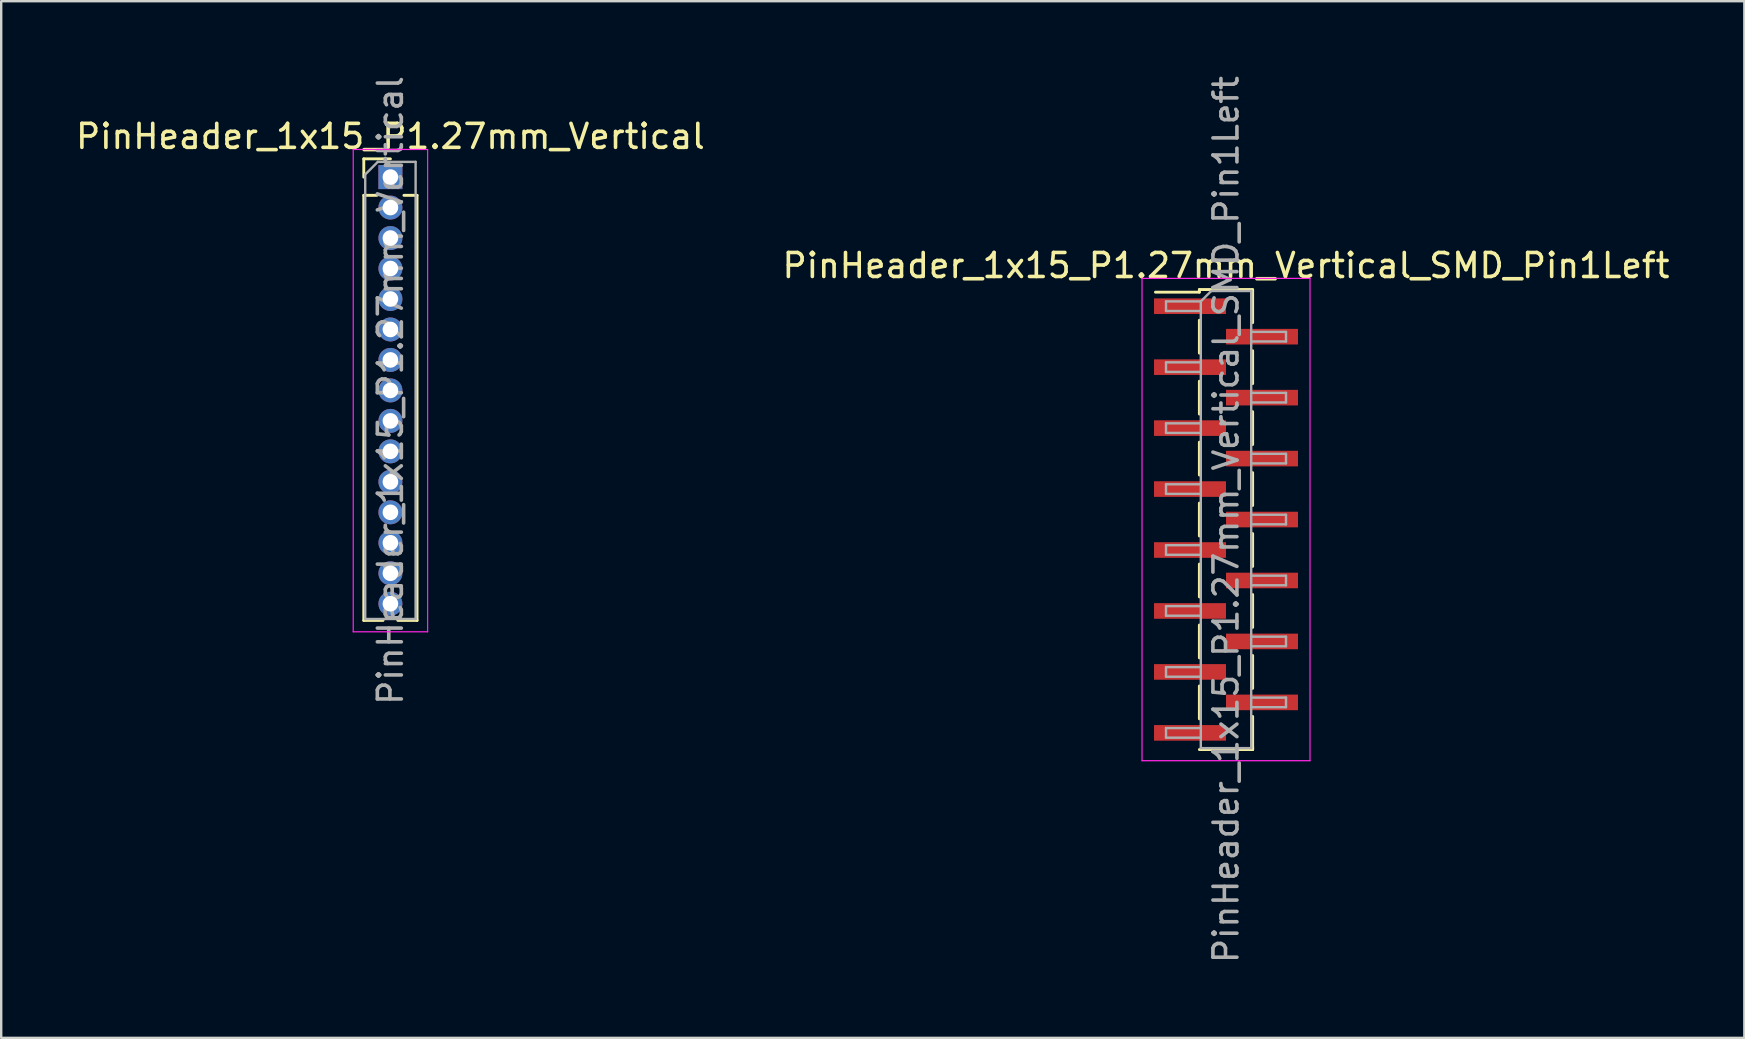
<source format=kicad_pcb>
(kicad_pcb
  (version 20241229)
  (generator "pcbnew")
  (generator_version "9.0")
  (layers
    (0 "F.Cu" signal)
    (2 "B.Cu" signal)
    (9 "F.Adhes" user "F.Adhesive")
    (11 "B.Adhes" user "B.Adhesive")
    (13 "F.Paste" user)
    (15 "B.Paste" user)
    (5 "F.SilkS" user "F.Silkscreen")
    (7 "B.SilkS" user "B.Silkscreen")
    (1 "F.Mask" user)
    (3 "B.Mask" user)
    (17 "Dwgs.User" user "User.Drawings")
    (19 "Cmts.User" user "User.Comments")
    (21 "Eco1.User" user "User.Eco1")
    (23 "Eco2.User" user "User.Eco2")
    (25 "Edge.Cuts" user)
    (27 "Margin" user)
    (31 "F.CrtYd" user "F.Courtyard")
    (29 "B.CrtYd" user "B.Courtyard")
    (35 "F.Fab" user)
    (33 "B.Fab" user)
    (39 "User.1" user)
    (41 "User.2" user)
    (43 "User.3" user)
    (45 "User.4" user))
  (footprint "PinHeader_1x15_P1.27mm_Vertical"
    (layer "F.Cu")
    (at 13.22 4.33)
    (property "Reference" "PinHeader_1x15_P1.27mm_Vertical" (at 0 -1.695 0) (layer "F.SilkS") (effects (font (size 1 1) (thickness 0.15))))
    (attr through_hole)
    (fp_line (start -1.11 -0.76) (end 0 -0.76) (stroke (width 0.12) (type solid)) (layer "F.SilkS"))
    (fp_line (start -1.11 0) (end -1.11 -0.76) (stroke (width 0.12) (type solid)) (layer "F.SilkS"))
    (fp_line (start -1.11 0.76) (end -1.11 18.475) (stroke (width 0.12) (type solid)) (layer "F.SilkS"))
    (fp_line (start -1.11 0.76) (end -0.563 0.76) (stroke (width 0.12) (type solid)) (layer "F.SilkS"))
    (fp_line (start -1.11 18.475) (end -0.308 18.475) (stroke (width 0.12) (type solid)) (layer "F.SilkS"))
    (fp_line (start 0.308 18.475) (end 1.11 18.475) (stroke (width 0.12) (type solid)) (layer "F.SilkS"))
    (fp_line (start 0.563 0.76) (end 1.11 0.76) (stroke (width 0.12) (type solid)) (layer "F.SilkS"))
    (fp_line (start 1.11 0.76) (end 1.11 18.475) (stroke (width 0.12) (type solid)) (layer "F.SilkS"))
    (fp_line (start -1.55 -1.15) (end -1.55 18.95) (stroke (width 0.05) (type solid)) (layer "F.CrtYd"))
    (fp_line (start -1.55 18.95) (end 1.55 18.95) (stroke (width 0.05) (type solid)) (layer "F.CrtYd"))
    (fp_line (start 1.55 -1.15) (end -1.55 -1.15) (stroke (width 0.05) (type solid)) (layer "F.CrtYd"))
    (fp_line (start 1.55 18.95) (end 1.55 -1.15) (stroke (width 0.05) (type solid)) (layer "F.CrtYd"))
    (fp_line (start -1.05 -0.11) (end -0.525 -0.635) (stroke (width 0.1) (type solid)) (layer "F.Fab"))
    (fp_line (start -1.05 18.415) (end -1.05 -0.11) (stroke (width 0.1) (type solid)) (layer "F.Fab"))
    (fp_line (start -0.525 -0.635) (end 1.05 -0.635) (stroke (width 0.1) (type solid)) (layer "F.Fab"))
    (fp_line (start 1.05 -0.635) (end 1.05 18.415) (stroke (width 0.1) (type solid)) (layer "F.Fab"))
    (fp_line (start 1.05 18.415) (end -1.05 18.415) (stroke (width 0.1) (type solid)) (layer "F.Fab"))
    (fp_text user "${REFERENCE}" (at 0 8.89 90) (layer "F.Fab") (effects (font (size 1 1) (thickness 0.15))))
    (pad "1" thru_hole rect (at 0 0) (size 1 1) (drill 0.65) (layers "*.Cu" "*.Mask"))
    (pad "2" thru_hole oval (at 0 1.27) (size 1 1) (drill 0.65) (layers "*.Cu" "*.Mask"))
    (pad "3" thru_hole oval (at 0 2.54) (size 1 1) (drill 0.65) (layers "*.Cu" "*.Mask"))
    (pad "4" thru_hole oval (at 0 3.81) (size 1 1) (drill 0.65) (layers "*.Cu" "*.Mask"))
    (pad "5" thru_hole oval (at 0 5.08) (size 1 1) (drill 0.65) (layers "*.Cu" "*.Mask"))
    (pad "6" thru_hole oval (at 0 6.35) (size 1 1) (drill 0.65) (layers "*.Cu" "*.Mask"))
    (pad "7" thru_hole oval (at 0 7.62) (size 1 1) (drill 0.65) (layers "*.Cu" "*.Mask"))
    (pad "8" thru_hole oval (at 0 8.89) (size 1 1) (drill 0.65) (layers "*.Cu" "*.Mask"))
    (pad "9" thru_hole oval (at 0 10.16) (size 1 1) (drill 0.65) (layers "*.Cu" "*.Mask"))
    (pad "10" thru_hole oval (at 0 11.43) (size 1 1) (drill 0.65) (layers "*.Cu" "*.Mask"))
    (pad "11" thru_hole oval (at 0 12.7) (size 1 1) (drill 0.65) (layers "*.Cu" "*.Mask"))
    (pad "12" thru_hole oval (at 0 13.97) (size 1 1) (drill 0.65) (layers "*.Cu" "*.Mask"))
    (pad "13" thru_hole oval (at 0 15.24) (size 1 1) (drill 0.65) (layers "*.Cu" "*.Mask"))
    (pad "14" thru_hole oval (at 0 16.51) (size 1 1) (drill 0.65) (layers "*.Cu" "*.Mask"))
    (pad "15" thru_hole oval (at 0 17.78) (size 1 1) (drill 0.65) (layers "*.Cu" "*.Mask")))
  (footprint "PinHeader_1x15_P1.27mm_Vertical_SMD_Pin1Left"
    (layer "F.Cu")
    (at 48.042 18.601)
    (property "Reference" "PinHeader_1x15_P1.27mm_Vertical_SMD_Pin1Left" (at 0 -10.585 0) (layer "F.SilkS") (effects (font (size 1 1) (thickness 0.15))))
    (attr smd)
    (fp_line (start -1.11 -9.585) (end -1.11 -9.475) (stroke (width 0.12) (type solid)) (layer "F.SilkS"))
    (fp_line (start -1.11 -9.585) (end 1.11 -9.585) (stroke (width 0.12) (type solid)) (layer "F.SilkS"))
    (fp_line (start -1.11 -9.475) (end -2.94 -9.475) (stroke (width 0.12) (type solid)) (layer "F.SilkS"))
    (fp_line (start -1.11 -8.305) (end -1.11 -6.935) (stroke (width 0.12) (type solid)) (layer "F.SilkS"))
    (fp_line (start -1.11 -5.765) (end -1.11 -4.395) (stroke (width 0.12) (type solid)) (layer "F.SilkS"))
    (fp_line (start -1.11 -3.225) (end -1.11 -1.855) (stroke (width 0.12) (type solid)) (layer "F.SilkS"))
    (fp_line (start -1.11 -0.685) (end -1.11 0.685) (stroke (width 0.12) (type solid)) (layer "F.SilkS"))
    (fp_line (start -1.11 1.855) (end -1.11 3.225) (stroke (width 0.12) (type solid)) (layer "F.SilkS"))
    (fp_line (start -1.11 4.395) (end -1.11 5.765) (stroke (width 0.12) (type solid)) (layer "F.SilkS"))
    (fp_line (start -1.11 6.935) (end -1.11 8.305) (stroke (width 0.12) (type solid)) (layer "F.SilkS"))
    (fp_line (start -1.11 9.585) (end 1.11 9.585) (stroke (width 0.12) (type solid)) (layer "F.SilkS"))
    (fp_line (start 1.11 -9.575) (end 1.11 -8.205) (stroke (width 0.12) (type solid)) (layer "F.SilkS"))
    (fp_line (start 1.11 -7.035) (end 1.11 -5.665) (stroke (width 0.12) (type solid)) (layer "F.SilkS"))
    (fp_line (start 1.11 -4.495) (end 1.11 -3.125) (stroke (width 0.12) (type solid)) (layer "F.SilkS"))
    (fp_line (start 1.11 -1.955) (end 1.11 -0.585) (stroke (width 0.12) (type solid)) (layer "F.SilkS"))
    (fp_line (start 1.11 0.585) (end 1.11 1.955) (stroke (width 0.12) (type solid)) (layer "F.SilkS"))
    (fp_line (start 1.11 3.125) (end 1.11 4.495) (stroke (width 0.12) (type solid)) (layer "F.SilkS"))
    (fp_line (start 1.11 5.665) (end 1.11 7.035) (stroke (width 0.12) (type solid)) (layer "F.SilkS"))
    (fp_line (start 1.11 8.205) (end 1.11 9.575) (stroke (width 0.12) (type solid)) (layer "F.SilkS"))
    (fp_line (start 1.11 9.475) (end 1.11 9.585) (stroke (width 0.12) (type solid)) (layer "F.SilkS"))
    (fp_line (start -3.5 -10.05) (end -3.5 10.05) (stroke (width 0.05) (type solid)) (layer "F.CrtYd"))
    (fp_line (start -3.5 10.05) (end 3.5 10.05) (stroke (width 0.05) (type solid)) (layer "F.CrtYd"))
    (fp_line (start 3.5 -10.05) (end -3.5 -10.05) (stroke (width 0.05) (type solid)) (layer "F.CrtYd"))
    (fp_line (start 3.5 10.05) (end 3.5 -10.05) (stroke (width 0.05) (type solid)) (layer "F.CrtYd"))
    (fp_line (start -2.5 -9.09) (end -2.5 -8.69) (stroke (width 0.1) (type solid)) (layer "F.Fab"))
    (fp_line (start -2.5 -8.69) (end -1.05 -8.69) (stroke (width 0.1) (type solid)) (layer "F.Fab"))
    (fp_line (start -2.5 -6.55) (end -2.5 -6.15) (stroke (width 0.1) (type solid)) (layer "F.Fab"))
    (fp_line (start -2.5 -6.15) (end -1.05 -6.15) (stroke (width 0.1) (type solid)) (layer "F.Fab"))
    (fp_line (start -2.5 -4.01) (end -2.5 -3.61) (stroke (width 0.1) (type solid)) (layer "F.Fab"))
    (fp_line (start -2.5 -3.61) (end -1.05 -3.61) (stroke (width 0.1) (type solid)) (layer "F.Fab"))
    (fp_line (start -2.5 -1.47) (end -2.5 -1.07) (stroke (width 0.1) (type solid)) (layer "F.Fab"))
    (fp_line (start -2.5 -1.07) (end -1.05 -1.07) (stroke (width 0.1) (type solid)) (layer "F.Fab"))
    (fp_line (start -2.5 1.07) (end -2.5 1.47) (stroke (width 0.1) (type solid)) (layer "F.Fab"))
    (fp_line (start -2.5 1.47) (end -1.05 1.47) (stroke (width 0.1) (type solid)) (layer "F.Fab"))
    (fp_line (start -2.5 3.61) (end -2.5 4.01) (stroke (width 0.1) (type solid)) (layer "F.Fab"))
    (fp_line (start -2.5 4.01) (end -1.05 4.01) (stroke (width 0.1) (type solid)) (layer "F.Fab"))
    (fp_line (start -2.5 6.15) (end -2.5 6.55) (stroke (width 0.1) (type solid)) (layer "F.Fab"))
    (fp_line (start -2.5 6.55) (end -1.05 6.55) (stroke (width 0.1) (type solid)) (layer "F.Fab"))
    (fp_line (start -2.5 8.69) (end -2.5 9.09) (stroke (width 0.1) (type solid)) (layer "F.Fab"))
    (fp_line (start -2.5 9.09) (end -1.05 9.09) (stroke (width 0.1) (type solid)) (layer "F.Fab"))
    (fp_line (start -1.05 -9.09) (end -2.5 -9.09) (stroke (width 0.1) (type solid)) (layer "F.Fab"))
    (fp_line (start -1.05 -9.09) (end -0.615 -9.525) (stroke (width 0.1) (type solid)) (layer "F.Fab"))
    (fp_line (start -1.05 -6.55) (end -2.5 -6.55) (stroke (width 0.1) (type solid)) (layer "F.Fab"))
    (fp_line (start -1.05 -4.01) (end -2.5 -4.01) (stroke (width 0.1) (type solid)) (layer "F.Fab"))
    (fp_line (start -1.05 -1.47) (end -2.5 -1.47) (stroke (width 0.1) (type solid)) (layer "F.Fab"))
    (fp_line (start -1.05 1.07) (end -2.5 1.07) (stroke (width 0.1) (type solid)) (layer "F.Fab"))
    (fp_line (start -1.05 3.61) (end -2.5 3.61) (stroke (width 0.1) (type solid)) (layer "F.Fab"))
    (fp_line (start -1.05 6.15) (end -2.5 6.15) (stroke (width 0.1) (type solid)) (layer "F.Fab"))
    (fp_line (start -1.05 8.69) (end -2.5 8.69) (stroke (width 0.1) (type solid)) (layer "F.Fab"))
    (fp_line (start -1.05 9.525) (end -1.05 -9.09) (stroke (width 0.1) (type solid)) (layer "F.Fab"))
    (fp_line (start -0.615 -9.525) (end 1.05 -9.525) (stroke (width 0.1) (type solid)) (layer "F.Fab"))
    (fp_line (start 1.05 -9.525) (end 1.05 9.525) (stroke (width 0.1) (type solid)) (layer "F.Fab"))
    (fp_line (start 1.05 -7.82) (end 2.5 -7.82) (stroke (width 0.1) (type solid)) (layer "F.Fab"))
    (fp_line (start 1.05 -5.28) (end 2.5 -5.28) (stroke (width 0.1) (type solid)) (layer "F.Fab"))
    (fp_line (start 1.05 -2.74) (end 2.5 -2.74) (stroke (width 0.1) (type solid)) (layer "F.Fab"))
    (fp_line (start 1.05 -0.2) (end 2.5 -0.2) (stroke (width 0.1) (type solid)) (layer "F.Fab"))
    (fp_line (start 1.05 2.34) (end 2.5 2.34) (stroke (width 0.1) (type solid)) (layer "F.Fab"))
    (fp_line (start 1.05 4.88) (end 2.5 4.88) (stroke (width 0.1) (type solid)) (layer "F.Fab"))
    (fp_line (start 1.05 7.42) (end 2.5 7.42) (stroke (width 0.1) (type solid)) (layer "F.Fab"))
    (fp_line (start 1.05 9.525) (end -1.05 9.525) (stroke (width 0.1) (type solid)) (layer "F.Fab"))
    (fp_line (start 2.5 -7.82) (end 2.5 -7.42) (stroke (width 0.1) (type solid)) (layer "F.Fab"))
    (fp_line (start 2.5 -7.42) (end 1.05 -7.42) (stroke (width 0.1) (type solid)) (layer "F.Fab"))
    (fp_line (start 2.5 -5.28) (end 2.5 -4.88) (stroke (width 0.1) (type solid)) (layer "F.Fab"))
    (fp_line (start 2.5 -4.88) (end 1.05 -4.88) (stroke (width 0.1) (type solid)) (layer "F.Fab"))
    (fp_line (start 2.5 -2.74) (end 2.5 -2.34) (stroke (width 0.1) (type solid)) (layer "F.Fab"))
    (fp_line (start 2.5 -2.34) (end 1.05 -2.34) (stroke (width 0.1) (type solid)) (layer "F.Fab"))
    (fp_line (start 2.5 -0.2) (end 2.5 0.2) (stroke (width 0.1) (type solid)) (layer "F.Fab"))
    (fp_line (start 2.5 0.2) (end 1.05 0.2) (stroke (width 0.1) (type solid)) (layer "F.Fab"))
    (fp_line (start 2.5 2.34) (end 2.5 2.74) (stroke (width 0.1) (type solid)) (layer "F.Fab"))
    (fp_line (start 2.5 2.74) (end 1.05 2.74) (stroke (width 0.1) (type solid)) (layer "F.Fab"))
    (fp_line (start 2.5 4.88) (end 2.5 5.28) (stroke (width 0.1) (type solid)) (layer "F.Fab"))
    (fp_line (start 2.5 5.28) (end 1.05 5.28) (stroke (width 0.1) (type solid)) (layer "F.Fab"))
    (fp_line (start 2.5 7.42) (end 2.5 7.82) (stroke (width 0.1) (type solid)) (layer "F.Fab"))
    (fp_line (start 2.5 7.82) (end 1.05 7.82) (stroke (width 0.1) (type solid)) (layer "F.Fab"))
    (fp_text user "${REFERENCE}" (at 0 0 90) (layer "F.Fab") (effects (font (size 1 1) (thickness 0.15))))
    (pad "1" smd rect (at -1.5 -8.89) (size 3 0.65) (layers "F.Cu" "F.Mask" "F.Paste"))
    (pad "2" smd rect (at 1.5 -7.62) (size 3 0.65) (layers "F.Cu" "F.Mask" "F.Paste"))
    (pad "3" smd rect (at -1.5 -6.35) (size 3 0.65) (layers "F.Cu" "F.Mask" "F.Paste"))
    (pad "4" smd rect (at 1.5 -5.08) (size 3 0.65) (layers "F.Cu" "F.Mask" "F.Paste"))
    (pad "5" smd rect (at -1.5 -3.81) (size 3 0.65) (layers "F.Cu" "F.Mask" "F.Paste"))
    (pad "6" smd rect (at 1.5 -2.54) (size 3 0.65) (layers "F.Cu" "F.Mask" "F.Paste"))
    (pad "7" smd rect (at -1.5 -1.27) (size 3 0.65) (layers "F.Cu" "F.Mask" "F.Paste"))
    (pad "8" smd rect (at 1.5 0) (size 3 0.65) (layers "F.Cu" "F.Mask" "F.Paste"))
    (pad "9" smd rect (at -1.5 1.27) (size 3 0.65) (layers "F.Cu" "F.Mask" "F.Paste"))
    (pad "10" smd rect (at 1.5 2.54) (size 3 0.65) (layers "F.Cu" "F.Mask" "F.Paste"))
    (pad "11" smd rect (at -1.5 3.81) (size 3 0.65) (layers "F.Cu" "F.Mask" "F.Paste"))
    (pad "12" smd rect (at 1.5 5.08) (size 3 0.65) (layers "F.Cu" "F.Mask" "F.Paste"))
    (pad "13" smd rect (at -1.5 6.35) (size 3 0.65) (layers "F.Cu" "F.Mask" "F.Paste"))
    (pad "14" smd rect (at 1.5 7.62) (size 3 0.65) (layers "F.Cu" "F.Mask" "F.Paste"))
    (pad "15" smd rect (at -1.5 8.89) (size 3 0.65) (layers "F.Cu" "F.Mask" "F.Paste")))
  (gr_rect
    (start -3 -3)
    (end 69.643 40.202)
    (stroke (width 0.1) (type default))
    (fill no)
    (layer "Edge.Cuts")))
</source>
